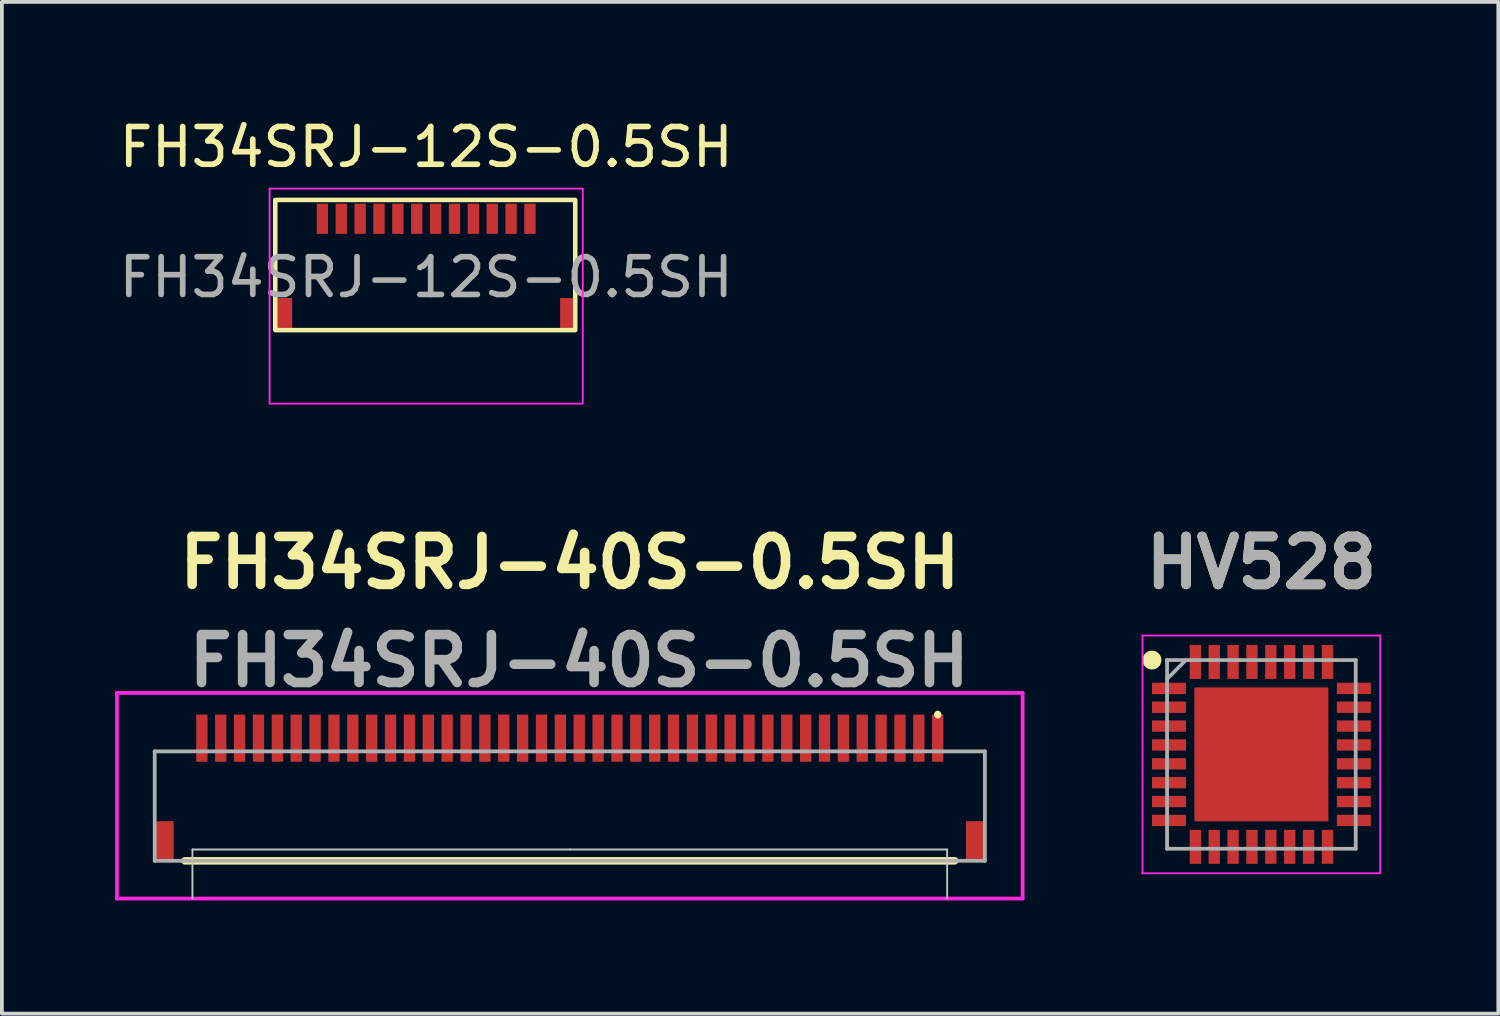
<source format=kicad_pcb>
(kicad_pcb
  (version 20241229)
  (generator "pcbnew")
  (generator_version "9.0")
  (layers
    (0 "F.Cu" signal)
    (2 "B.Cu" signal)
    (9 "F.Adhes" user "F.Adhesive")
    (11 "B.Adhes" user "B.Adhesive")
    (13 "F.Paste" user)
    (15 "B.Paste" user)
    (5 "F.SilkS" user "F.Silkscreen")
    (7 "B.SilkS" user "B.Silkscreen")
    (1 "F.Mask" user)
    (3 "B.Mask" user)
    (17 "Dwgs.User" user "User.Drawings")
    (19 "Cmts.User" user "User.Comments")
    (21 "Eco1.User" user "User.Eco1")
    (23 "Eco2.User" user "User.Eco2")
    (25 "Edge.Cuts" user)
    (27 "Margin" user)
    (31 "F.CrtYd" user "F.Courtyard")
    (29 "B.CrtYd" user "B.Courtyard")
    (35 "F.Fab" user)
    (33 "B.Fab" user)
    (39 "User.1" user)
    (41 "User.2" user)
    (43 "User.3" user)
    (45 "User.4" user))
  (footprint "FH34SRJ-40S-0.5SH"
    (layer "F.Cu")
    (at 12.05 18.312)
    (property "Reference" "FH34SRJ-40S-0.5SH" (at 0 -6.45 0) (layer "F.SilkS") (effects (font (size 1.27 1.27) (thickness 0.254))))
    (attr smd)
    (fp_line (start 9.75 -2.475) (end 9.75 -2.475) (stroke (width 0.1) (type solid)) (layer "F.SilkS"))
    (fp_line (start 9.75 -2.375) (end 9.75 -2.375) (stroke (width 0.1) (type solid)) (layer "F.SilkS"))
    (fp_line (start 10.2 1.45) (end -10.2 1.45) (stroke (width 0.2) (type solid)) (layer "F.SilkS"))
    (fp_arc (start 9.75 -2.475) (mid 9.8 -2.425) (end 9.75 -2.375) (stroke (width 0.1) (type solid)) (layer "F.SilkS"))
    (fp_arc (start 9.75 -2.375) (mid 9.7 -2.425) (end 9.75 -2.475) (stroke (width 0.1) (type solid)) (layer "F.SilkS"))
    (fp_line (start -10 1.15) (end -10 2.45) (stroke (width 0.05) (type default)) (layer "Dwgs.User"))
    (fp_line (start 0 1.15) (end -10 1.15) (stroke (width 0.05) (type default)) (layer "Dwgs.User"))
    (fp_line (start 0 1.15) (end 10 1.15) (stroke (width 0.05) (type default)) (layer "Dwgs.User"))
    (fp_line (start 10 1.15) (end 10 2.45) (stroke (width 0.05) (type default)) (layer "Dwgs.User"))
    (fp_line (start -12 -3) (end 12 -3) (stroke (width 0.1) (type solid)) (layer "F.CrtYd"))
    (fp_line (start -12 2.45) (end -12 -3) (stroke (width 0.1) (type solid)) (layer "F.CrtYd"))
    (fp_line (start 12 -3) (end 12 2.45) (stroke (width 0.1) (type solid)) (layer "F.CrtYd"))
    (fp_line (start 12 2.45) (end -12 2.45) (stroke (width 0.1) (type solid)) (layer "F.CrtYd"))
    (fp_line (start -11 -1.45) (end 11 -1.45) (stroke (width 0.1) (type solid)) (layer "F.Fab"))
    (fp_line (start -11 1.45) (end -11 -1.45) (stroke (width 0.1) (type solid)) (layer "F.Fab"))
    (fp_line (start 11 -1.45) (end 11 1.45) (stroke (width 0.1) (type solid)) (layer "F.Fab"))
    (fp_line (start 11 1.45) (end -11 1.45) (stroke (width 0.1) (type solid)) (layer "F.Fab"))
    (fp_text user "${REFERENCE}" (at 0.25 -3.85 0) (layer "F.Fab") (effects (font (size 1.27 1.27) (thickness 0.254))))
    (pad "1" smd rect (at 9.75 -1.8) (size 0.3 1.25) (layers "F.Cu" "F.Mask" "F.Paste"))
    (pad "2" smd rect (at 9.25 -1.8) (size 0.3 1.25) (layers "F.Cu" "F.Mask" "F.Paste"))
    (pad "3" smd rect (at 8.75 -1.8) (size 0.3 1.25) (layers "F.Cu" "F.Mask" "F.Paste"))
    (pad "4" smd rect (at 8.25 -1.8) (size 0.3 1.25) (layers "F.Cu" "F.Mask" "F.Paste"))
    (pad "5" smd rect (at 7.75 -1.8) (size 0.3 1.25) (layers "F.Cu" "F.Mask" "F.Paste"))
    (pad "6" smd rect (at 7.25 -1.8) (size 0.3 1.25) (layers "F.Cu" "F.Mask" "F.Paste"))
    (pad "7" smd rect (at 6.75 -1.8) (size 0.3 1.25) (layers "F.Cu" "F.Mask" "F.Paste"))
    (pad "8" smd rect (at 6.25 -1.8) (size 0.3 1.25) (layers "F.Cu" "F.Mask" "F.Paste"))
    (pad "9" smd rect (at 5.75 -1.8) (size 0.3 1.25) (layers "F.Cu" "F.Mask" "F.Paste"))
    (pad "10" smd rect (at 5.25 -1.8) (size 0.3 1.25) (layers "F.Cu" "F.Mask" "F.Paste"))
    (pad "11" smd rect (at 4.75 -1.8) (size 0.3 1.25) (layers "F.Cu" "F.Mask" "F.Paste"))
    (pad "12" smd rect (at 4.25 -1.8) (size 0.3 1.25) (layers "F.Cu" "F.Mask" "F.Paste"))
    (pad "13" smd rect (at 3.75 -1.8) (size 0.3 1.25) (layers "F.Cu" "F.Mask" "F.Paste"))
    (pad "14" smd rect (at 3.25 -1.8) (size 0.3 1.25) (layers "F.Cu" "F.Mask" "F.Paste"))
    (pad "15" smd rect (at 2.75 -1.8) (size 0.3 1.25) (layers "F.Cu" "F.Mask" "F.Paste"))
    (pad "16" smd rect (at 2.25 -1.8) (size 0.3 1.25) (layers "F.Cu" "F.Mask" "F.Paste"))
    (pad "17" smd rect (at 1.75 -1.8) (size 0.3 1.25) (layers "F.Cu" "F.Mask" "F.Paste"))
    (pad "18" smd rect (at 1.25 -1.8) (size 0.3 1.25) (layers "F.Cu" "F.Mask" "F.Paste"))
    (pad "19" smd rect (at 0.75 -1.8) (size 0.3 1.25) (layers "F.Cu" "F.Mask" "F.Paste"))
    (pad "20" smd rect (at 0.25 -1.8) (size 0.3 1.25) (layers "F.Cu" "F.Mask" "F.Paste"))
    (pad "21" smd rect (at -0.25 -1.8) (size 0.3 1.25) (layers "F.Cu" "F.Mask" "F.Paste"))
    (pad "22" smd rect (at -0.75 -1.8) (size 0.3 1.25) (layers "F.Cu" "F.Mask" "F.Paste"))
    (pad "23" smd rect (at -1.25 -1.8) (size 0.3 1.25) (layers "F.Cu" "F.Mask" "F.Paste"))
    (pad "24" smd rect (at -1.75 -1.8) (size 0.3 1.25) (layers "F.Cu" "F.Mask" "F.Paste"))
    (pad "25" smd rect (at -2.25 -1.8) (size 0.3 1.25) (layers "F.Cu" "F.Mask" "F.Paste"))
    (pad "26" smd rect (at -2.75 -1.8) (size 0.3 1.25) (layers "F.Cu" "F.Mask" "F.Paste"))
    (pad "27" smd rect (at -3.25 -1.8) (size 0.3 1.25) (layers "F.Cu" "F.Mask" "F.Paste"))
    (pad "28" smd rect (at -3.75 -1.8) (size 0.3 1.25) (layers "F.Cu" "F.Mask" "F.Paste"))
    (pad "29" smd rect (at -4.25 -1.8) (size 0.3 1.25) (layers "F.Cu" "F.Mask" "F.Paste"))
    (pad "30" smd rect (at -4.75 -1.8) (size 0.3 1.25) (layers "F.Cu" "F.Mask" "F.Paste"))
    (pad "31" smd rect (at -5.25 -1.8) (size 0.3 1.25) (layers "F.Cu" "F.Mask" "F.Paste"))
    (pad "32" smd rect (at -5.75 -1.8) (size 0.3 1.25) (layers "F.Cu" "F.Mask" "F.Paste"))
    (pad "33" smd rect (at -6.25 -1.8) (size 0.3 1.25) (layers "F.Cu" "F.Mask" "F.Paste"))
    (pad "34" smd rect (at -6.75 -1.8) (size 0.3 1.25) (layers "F.Cu" "F.Mask" "F.Paste"))
    (pad "35" smd rect (at -7.25 -1.8) (size 0.3 1.25) (layers "F.Cu" "F.Mask" "F.Paste"))
    (pad "36" smd rect (at -7.75 -1.8) (size 0.3 1.25) (layers "F.Cu" "F.Mask" "F.Paste"))
    (pad "37" smd rect (at -8.25 -1.8) (size 0.3 1.25) (layers "F.Cu" "F.Mask" "F.Paste"))
    (pad "38" smd rect (at -8.75 -1.8) (size 0.3 1.25) (layers "F.Cu" "F.Mask" "F.Paste"))
    (pad "39" smd rect (at -9.25 -1.8) (size 0.3 1.25) (layers "F.Cu" "F.Mask" "F.Paste"))
    (pad "40" smd rect (at -9.75 -1.8) (size 0.3 1.25) (layers "F.Cu" "F.Mask" "F.Paste"))
    (pad "MP1" smd rect (at 10.75 0.9) (size 0.5 1) (layers "F.Cu" "F.Mask" "F.Paste"))
    (pad "MP2" smd rect (at -10.75 0.9) (size 0.5 1) (layers "F.Cu" "F.Mask" "F.Paste")))
  (footprint "FH34SRJ-12S-0.5SH"
    (layer "F.Cu")
    (at 8.244 3.848)
    (property "Reference" "FH34SRJ-12S-0.5SH" (at 0 -3 0) (unlocked yes) (layer "F.SilkS") (effects (font (size 1 1) (thickness 0.15))))
    (attr smd)
    (fp_rect (start -4 1.85) (end 3.95 -1.6) (stroke (width 0.12) (type solid)) (fill no) (layer "F.SilkS"))
    (fp_rect (start -4.15 -1.9) (end 4.15 3.8) (stroke (width 0.05) (type solid)) (fill no) (layer "F.CrtYd"))
    (fp_text user "${REFERENCE}" (at 0 0.45 0) (unlocked yes) (layer "F.Fab") (effects (font (size 1 1) (thickness 0.15))))
    (pad "1" smd rect (at 2.75 -1.1) (size 0.3 0.8) (layers "F.Cu" "F.Mask" "F.Paste"))
    (pad "2" smd rect (at 2.25 -1.1) (size 0.3 0.8) (layers "F.Cu" "F.Mask" "F.Paste"))
    (pad "3" smd rect (at 1.75 -1.1) (size 0.3 0.8) (layers "F.Cu" "F.Mask" "F.Paste"))
    (pad "4" smd rect (at 1.25 -1.1) (size 0.3 0.8) (layers "F.Cu" "F.Mask" "F.Paste"))
    (pad "5" smd rect (at 0.75 -1.1) (size 0.3 0.8) (layers "F.Cu" "F.Mask" "F.Paste"))
    (pad "6" smd rect (at 0.25 -1.1) (size 0.3 0.8) (layers "F.Cu" "F.Mask" "F.Paste"))
    (pad "7" smd rect (at -0.25 -1.1) (size 0.3 0.8) (layers "F.Cu" "F.Mask" "F.Paste"))
    (pad "8" smd rect (at -0.75 -1.1) (size 0.3 0.8) (layers "F.Cu" "F.Mask" "F.Paste"))
    (pad "9" smd rect (at -1.25 -1.1) (size 0.3 0.8) (layers "F.Cu" "F.Mask" "F.Paste"))
    (pad "10" smd rect (at -1.75 -1.1) (size 0.3 0.8) (layers "F.Cu" "F.Mask" "F.Paste"))
    (pad "11" smd rect (at -2.25 -1.1) (size 0.3 0.8) (layers "F.Cu" "F.Mask" "F.Paste"))
    (pad "12" smd rect (at -2.75 -1.1) (size 0.3 0.8) (layers "F.Cu" "F.Mask" "F.Paste"))
    (pad "MP" smd rect (at -3.75 1.4) (size 0.4 0.8) (layers "F.Cu" "F.Mask" "F.Paste"))
    (pad "MP" smd rect (at 3.75 1.4) (size 0.4 0.8) (layers "F.Cu" "F.Mask" "F.Paste")))
  (footprint "HV528"
    (layer "F.Cu")
    (at 30.378 16.942)
    (property "Reference" "HV528" (at 0 -5.08 0) (layer "F.SilkS") (effects (font (size 1.27 1.27) (thickness 0.254))))
    (attr smd)
    (fp_circle (center -2.9 -2.5) (end -2.9 -2.375) (stroke (width 0.25) (type solid)) (fill no) (layer "F.SilkS"))
    (fp_line (start -3.15 -3.15) (end 3.15 -3.15) (stroke (width 0.05) (type solid)) (layer "F.CrtYd"))
    (fp_line (start -3.15 3.15) (end -3.15 -3.15) (stroke (width 0.05) (type solid)) (layer "F.CrtYd"))
    (fp_line (start 3.15 -3.15) (end 3.15 3.15) (stroke (width 0.05) (type solid)) (layer "F.CrtYd"))
    (fp_line (start 3.15 3.15) (end -3.15 3.15) (stroke (width 0.05) (type solid)) (layer "F.CrtYd"))
    (fp_line (start -2.5 -2.5) (end 2.5 -2.5) (stroke (width 0.1) (type solid)) (layer "F.Fab"))
    (fp_line (start -2.5 -2) (end -2 -2.5) (stroke (width 0.1) (type solid)) (layer "F.Fab"))
    (fp_line (start -2.5 2.5) (end -2.5 -2.5) (stroke (width 0.1) (type solid)) (layer "F.Fab"))
    (fp_line (start 2.5 -2.5) (end 2.5 2.5) (stroke (width 0.1) (type solid)) (layer "F.Fab"))
    (fp_line (start 2.5 2.5) (end -2.5 2.5) (stroke (width 0.1) (type solid)) (layer "F.Fab"))
    (fp_text user "${REFERENCE}" (at 0 -5.08 0) (layer "F.Fab") (effects (font (size 1.27 1.27) (thickness 0.254))))
    (pad "1" smd rect (at -2.45 -1.75 90) (size 0.3 0.9) (layers "F.Cu" "F.Mask" "F.Paste"))
    (pad "2" smd rect (at -2.45 -1.25 90) (size 0.3 0.9) (layers "F.Cu" "F.Mask" "F.Paste"))
    (pad "3" smd rect (at -2.45 -0.75 90) (size 0.3 0.9) (layers "F.Cu" "F.Mask" "F.Paste"))
    (pad "4" smd rect (at -2.45 -0.25 90) (size 0.3 0.9) (layers "F.Cu" "F.Mask" "F.Paste"))
    (pad "5" smd rect (at -2.45 0.25 90) (size 0.3 0.9) (layers "F.Cu" "F.Mask" "F.Paste"))
    (pad "6" smd rect (at -2.45 0.75 90) (size 0.3 0.9) (layers "F.Cu" "F.Mask" "F.Paste"))
    (pad "7" smd rect (at -2.45 1.25 90) (size 0.3 0.9) (layers "F.Cu" "F.Mask" "F.Paste"))
    (pad "8" smd rect (at -2.45 1.75 90) (size 0.3 0.9) (layers "F.Cu" "F.Mask" "F.Paste"))
    (pad "9" smd rect (at -1.75 2.45) (size 0.3 0.9) (layers "F.Cu" "F.Mask" "F.Paste"))
    (pad "10" smd rect (at -1.25 2.45) (size 0.3 0.9) (layers "F.Cu" "F.Mask" "F.Paste"))
    (pad "11" smd rect (at -0.75 2.45) (size 0.3 0.9) (layers "F.Cu" "F.Mask" "F.Paste"))
    (pad "12" smd rect (at -0.25 2.45) (size 0.3 0.9) (layers "F.Cu" "F.Mask" "F.Paste"))
    (pad "13" smd rect (at 0.25 2.45) (size 0.3 0.9) (layers "F.Cu" "F.Mask" "F.Paste"))
    (pad "14" smd rect (at 0.75 2.45) (size 0.3 0.9) (layers "F.Cu" "F.Mask" "F.Paste"))
    (pad "15" smd rect (at 1.25 2.45) (size 0.3 0.9) (layers "F.Cu" "F.Mask" "F.Paste"))
    (pad "16" smd rect (at 1.75 2.45) (size 0.3 0.9) (layers "F.Cu" "F.Mask" "F.Paste"))
    (pad "17" smd rect (at 2.45 1.75 90) (size 0.3 0.9) (layers "F.Cu" "F.Mask" "F.Paste"))
    (pad "18" smd rect (at 2.45 1.25 90) (size 0.3 0.9) (layers "F.Cu" "F.Mask" "F.Paste"))
    (pad "19" smd rect (at 2.45 0.75 90) (size 0.3 0.9) (layers "F.Cu" "F.Mask" "F.Paste"))
    (pad "20" smd rect (at 2.45 0.25 90) (size 0.3 0.9) (layers "F.Cu" "F.Mask" "F.Paste"))
    (pad "21" smd rect (at 2.45 -0.25 90) (size 0.3 0.9) (layers "F.Cu" "F.Mask" "F.Paste"))
    (pad "22" smd rect (at 2.45 -0.75 90) (size 0.3 0.9) (layers "F.Cu" "F.Mask" "F.Paste"))
    (pad "23" smd rect (at 2.45 -1.25 90) (size 0.3 0.9) (layers "F.Cu" "F.Mask" "F.Paste"))
    (pad "24" smd rect (at 2.45 -1.75 90) (size 0.3 0.9) (layers "F.Cu" "F.Mask" "F.Paste"))
    (pad "25" smd rect (at 1.75 -2.45) (size 0.3 0.9) (layers "F.Cu" "F.Mask" "F.Paste"))
    (pad "26" smd rect (at 1.25 -2.45) (size 0.3 0.9) (layers "F.Cu" "F.Mask" "F.Paste"))
    (pad "27" smd rect (at 0.75 -2.45) (size 0.3 0.9) (layers "F.Cu" "F.Mask" "F.Paste"))
    (pad "28" smd rect (at 0.25 -2.45) (size 0.3 0.9) (layers "F.Cu" "F.Mask" "F.Paste"))
    (pad "29" smd rect (at -0.25 -2.45) (size 0.3 0.9) (layers "F.Cu" "F.Mask" "F.Paste"))
    (pad "30" smd rect (at -0.75 -2.45) (size 0.3 0.9) (layers "F.Cu" "F.Mask" "F.Paste"))
    (pad "31" smd rect (at -1.25 -2.45) (size 0.3 0.9) (layers "F.Cu" "F.Mask" "F.Paste"))
    (pad "32" smd rect (at -1.75 -2.45) (size 0.3 0.9) (layers "F.Cu" "F.Mask" "F.Paste"))
    (pad "33" smd rect (at 0 0) (size 3.55 3.55) (layers "F.Cu" "F.Mask" "F.Paste")))
  (gr_rect
    (start -3 -3)
    (end 36.656 23.812)
    (stroke (width 0.1) (type default))
    (fill no)
    (layer "Edge.Cuts")))
</source>
